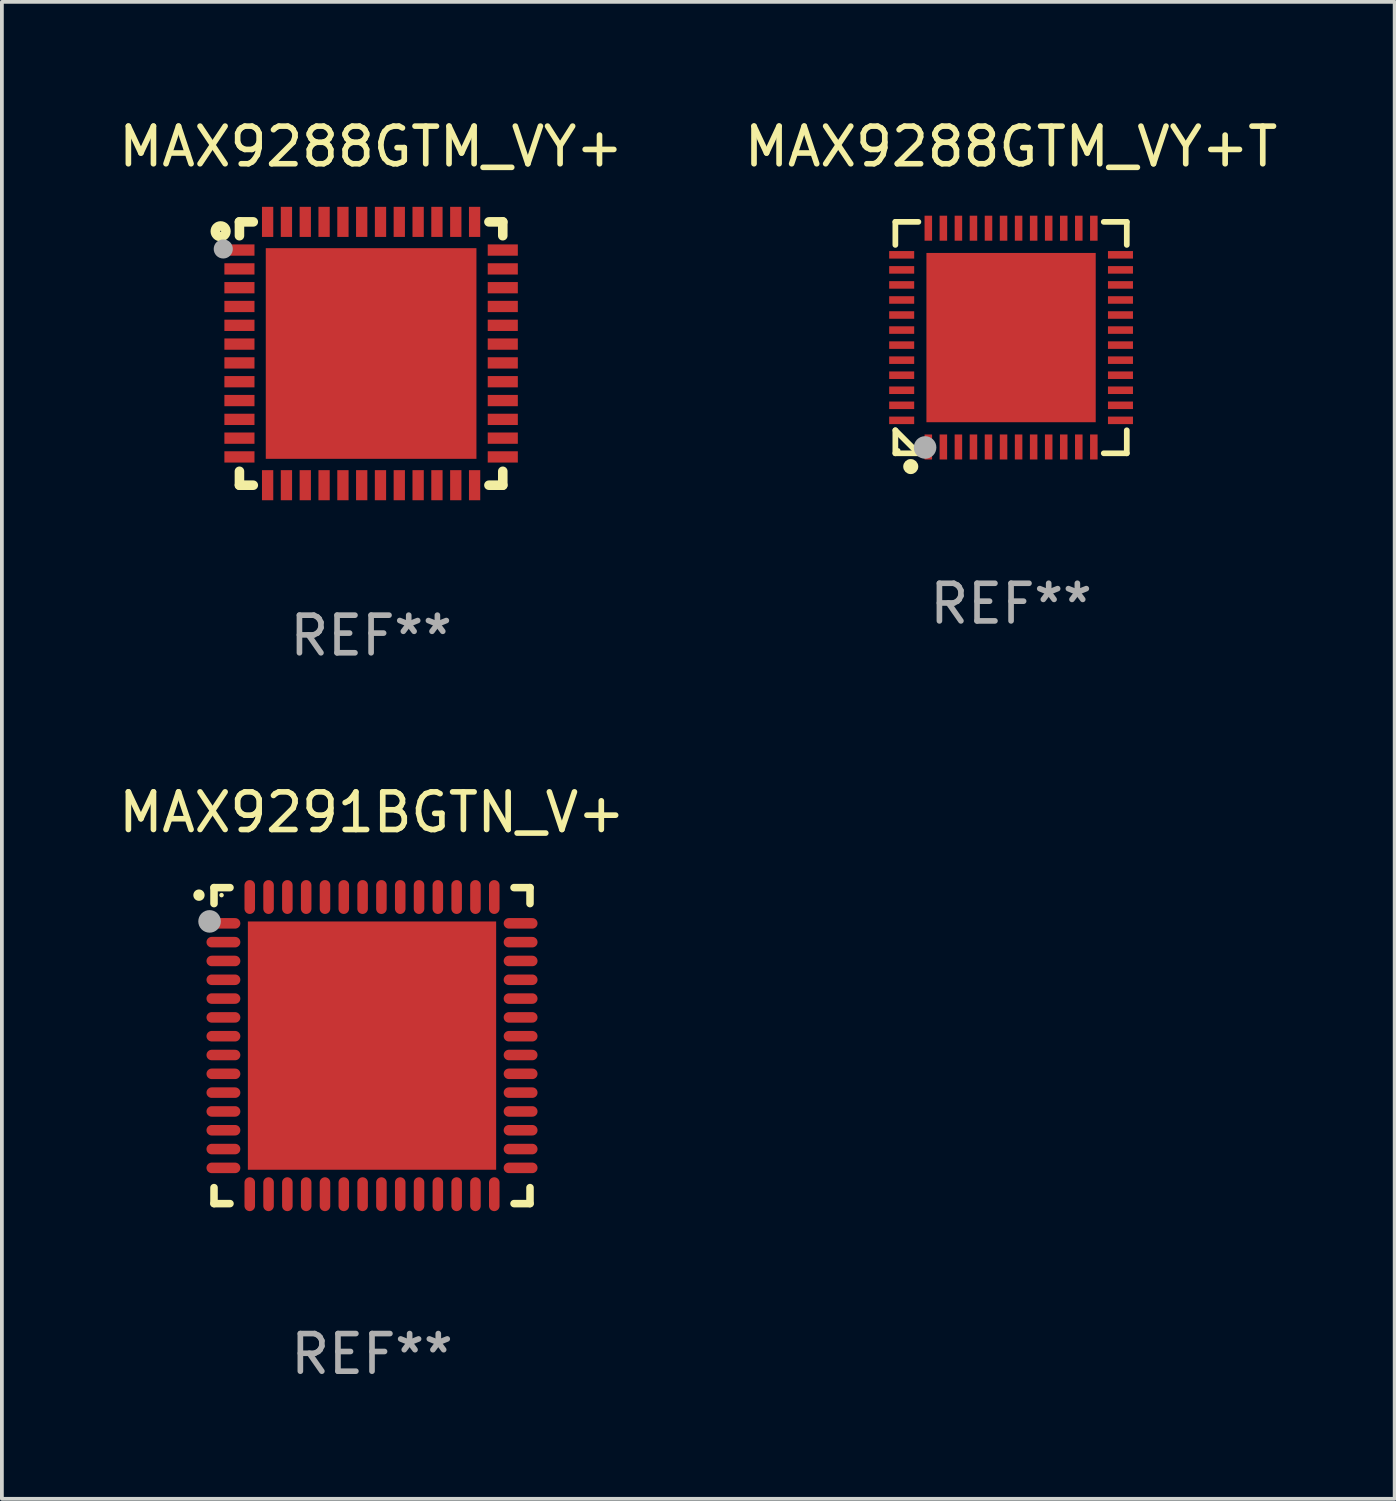
<source format=kicad_pcb>
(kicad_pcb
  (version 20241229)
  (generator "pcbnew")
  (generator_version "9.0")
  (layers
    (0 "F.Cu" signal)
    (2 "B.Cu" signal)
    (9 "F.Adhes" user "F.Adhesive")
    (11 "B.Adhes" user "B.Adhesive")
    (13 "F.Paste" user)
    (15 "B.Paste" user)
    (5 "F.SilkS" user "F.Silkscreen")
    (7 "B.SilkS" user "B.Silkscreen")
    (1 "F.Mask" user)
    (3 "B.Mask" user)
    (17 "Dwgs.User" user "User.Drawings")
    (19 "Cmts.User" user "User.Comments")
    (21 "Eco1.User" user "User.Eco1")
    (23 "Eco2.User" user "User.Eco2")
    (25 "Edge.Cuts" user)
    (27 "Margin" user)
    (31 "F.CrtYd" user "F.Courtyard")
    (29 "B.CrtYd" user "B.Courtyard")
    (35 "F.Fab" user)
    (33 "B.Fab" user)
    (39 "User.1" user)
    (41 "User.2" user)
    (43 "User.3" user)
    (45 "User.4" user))
  (footprint "MAX9291BGTN_V+"
    (layer "F.Cu")
    (at 6.839 24.745)
    (property "Reference" "MAX9291BGTN_V+" (at 0 -6.2 0) (layer "F.SilkS") (effects (font (size 1 1) (thickness 0.15))))
    (attr through_hole)
    (fp_line (start -4.2 -4.2) (end -3.775 -4.2) (stroke (width 0.2) (type solid)) (layer "F.SilkS"))
    (fp_line (start -4.2 -3.775) (end -4.2 -4.2) (stroke (width 0.2) (type solid)) (layer "F.SilkS"))
    (fp_line (start -4.2 3.775) (end -4.2 4.2) (stroke (width 0.2) (type solid)) (layer "F.SilkS"))
    (fp_line (start -4.2 4.2) (end -3.775 4.2) (stroke (width 0.2) (type solid)) (layer "F.SilkS"))
    (fp_line (start 3.775 4.2) (end 4.2 4.2) (stroke (width 0.2) (type solid)) (layer "F.SilkS"))
    (fp_line (start 4.2 -4.2) (end 3.775 -4.2) (stroke (width 0.2) (type solid)) (layer "F.SilkS"))
    (fp_line (start 4.2 -3.775) (end 4.2 -4.2) (stroke (width 0.2) (type solid)) (layer "F.SilkS"))
    (fp_line (start 4.2 4.2) (end 4.2 3.775) (stroke (width 0.2) (type solid)) (layer "F.SilkS"))
    (fp_arc (start -4.599949 -3.997968) (mid -4.599954 -3.999238) (end -4.599949 -4.000508) (stroke (width 0.3) (type solid)) (layer "F.SilkS"))
    (fp_circle (center -4 -4) (end -3.97 -4) (stroke (width 0.06) (type solid)) (fill no) (layer "F.SilkS"))
    (fp_circle (center -4.318 -3.302) (end -4.168 -3.302) (stroke (width 0.3) (type solid)) (fill no) (layer "F.Fab"))
    (fp_text user "REF**" (at 0 8.2 0) (layer "F.Fab") (effects (font (size 1 1) (thickness 0.15))))
    (pad "1" smd oval (at -3.95 -3.25 90) (size 0.28 0.9) (layers "F.Cu" "F.Mask" "F.Paste"))
    (pad "2" smd oval (at -3.95 -2.75 90) (size 0.28 0.9) (layers "F.Cu" "F.Mask" "F.Paste"))
    (pad "3" smd oval (at -3.95 -2.25 90) (size 0.28 0.9) (layers "F.Cu" "F.Mask" "F.Paste"))
    (pad "4" smd oval (at -3.95 -1.75 90) (size 0.28 0.9) (layers "F.Cu" "F.Mask" "F.Paste"))
    (pad "5" smd oval (at -3.95 -1.25 90) (size 0.28 0.9) (layers "F.Cu" "F.Mask" "F.Paste"))
    (pad "6" smd oval (at -3.95 -0.75 90) (size 0.28 0.9) (layers "F.Cu" "F.Mask" "F.Paste"))
    (pad "7" smd oval (at -3.95 -0.25 90) (size 0.28 0.9) (layers "F.Cu" "F.Mask" "F.Paste"))
    (pad "8" smd oval (at -3.95 0.25 90) (size 0.28 0.9) (layers "F.Cu" "F.Mask" "F.Paste"))
    (pad "9" smd oval (at -3.95 0.75 90) (size 0.28 0.9) (layers "F.Cu" "F.Mask" "F.Paste"))
    (pad "10" smd oval (at -3.95 1.25 90) (size 0.28 0.9) (layers "F.Cu" "F.Mask" "F.Paste"))
    (pad "11" smd oval (at -3.95 1.75 90) (size 0.28 0.9) (layers "F.Cu" "F.Mask" "F.Paste"))
    (pad "12" smd oval (at -3.95 2.25 90) (size 0.28 0.9) (layers "F.Cu" "F.Mask" "F.Paste"))
    (pad "13" smd oval (at -3.95 2.75 90) (size 0.28 0.9) (layers "F.Cu" "F.Mask" "F.Paste"))
    (pad "14" smd oval (at -3.95 3.25 90) (size 0.28 0.9) (layers "F.Cu" "F.Mask" "F.Paste"))
    (pad "15" smd oval (at -3.25 3.95) (size 0.28 0.9) (layers "F.Cu" "F.Mask" "F.Paste"))
    (pad "16" smd oval (at -2.75 3.95) (size 0.28 0.9) (layers "F.Cu" "F.Mask" "F.Paste"))
    (pad "17" smd oval (at -2.25 3.95) (size 0.28 0.9) (layers "F.Cu" "F.Mask" "F.Paste"))
    (pad "18" smd oval (at -1.75 3.95) (size 0.28 0.9) (layers "F.Cu" "F.Mask" "F.Paste"))
    (pad "19" smd oval (at -1.25 3.95) (size 0.28 0.9) (layers "F.Cu" "F.Mask" "F.Paste"))
    (pad "20" smd oval (at -0.75 3.95) (size 0.28 0.9) (layers "F.Cu" "F.Mask" "F.Paste"))
    (pad "21" smd oval (at -0.25 3.95) (size 0.28 0.9) (layers "F.Cu" "F.Mask" "F.Paste"))
    (pad "22" smd oval (at 0.25 3.95) (size 0.28 0.9) (layers "F.Cu" "F.Mask" "F.Paste"))
    (pad "23" smd oval (at 0.75 3.95) (size 0.28 0.9) (layers "F.Cu" "F.Mask" "F.Paste"))
    (pad "24" smd oval (at 1.25 3.95) (size 0.28 0.9) (layers "F.Cu" "F.Mask" "F.Paste"))
    (pad "25" smd oval (at 1.75 3.95) (size 0.28 0.9) (layers "F.Cu" "F.Mask" "F.Paste"))
    (pad "26" smd oval (at 2.25 3.95) (size 0.28 0.9) (layers "F.Cu" "F.Mask" "F.Paste"))
    (pad "27" smd oval (at 2.75 3.95) (size 0.28 0.9) (layers "F.Cu" "F.Mask" "F.Paste"))
    (pad "28" smd oval (at 3.25 3.95) (size 0.28 0.9) (layers "F.Cu" "F.Mask" "F.Paste"))
    (pad "29" smd oval (at 3.95 3.25 90) (size 0.28 0.9) (layers "F.Cu" "F.Mask" "F.Paste"))
    (pad "30" smd oval (at 3.95 2.75 90) (size 0.28 0.9) (layers "F.Cu" "F.Mask" "F.Paste"))
    (pad "31" smd oval (at 3.95 2.25 90) (size 0.28 0.9) (layers "F.Cu" "F.Mask" "F.Paste"))
    (pad "32" smd oval (at 3.95 1.75 90) (size 0.28 0.9) (layers "F.Cu" "F.Mask" "F.Paste"))
    (pad "33" smd oval (at 3.95 1.25 90) (size 0.28 0.9) (layers "F.Cu" "F.Mask" "F.Paste"))
    (pad "34" smd oval (at 3.95 0.75 90) (size 0.28 0.9) (layers "F.Cu" "F.Mask" "F.Paste"))
    (pad "35" smd oval (at 3.95 0.25 90) (size 0.28 0.9) (layers "F.Cu" "F.Mask" "F.Paste"))
    (pad "36" smd oval (at 3.95 -0.25 90) (size 0.28 0.9) (layers "F.Cu" "F.Mask" "F.Paste"))
    (pad "37" smd oval (at 3.95 -0.75 90) (size 0.28 0.9) (layers "F.Cu" "F.Mask" "F.Paste"))
    (pad "38" smd oval (at 3.95 -1.25 90) (size 0.28 0.9) (layers "F.Cu" "F.Mask" "F.Paste"))
    (pad "39" smd oval (at 3.95 -1.75 90) (size 0.28 0.9) (layers "F.Cu" "F.Mask" "F.Paste"))
    (pad "40" smd oval (at 3.95 -2.25 90) (size 0.28 0.9) (layers "F.Cu" "F.Mask" "F.Paste"))
    (pad "41" smd oval (at 3.95 -2.75 90) (size 0.28 0.9) (layers "F.Cu" "F.Mask" "F.Paste"))
    (pad "42" smd oval (at 3.95 -3.25 90) (size 0.28 0.9) (layers "F.Cu" "F.Mask" "F.Paste"))
    (pad "43" smd oval (at 3.25 -3.95) (size 0.28 0.9) (layers "F.Cu" "F.Mask" "F.Paste"))
    (pad "44" smd oval (at 2.75 -3.95) (size 0.28 0.9) (layers "F.Cu" "F.Mask" "F.Paste"))
    (pad "45" smd oval (at 2.25 -3.95) (size 0.28 0.9) (layers "F.Cu" "F.Mask" "F.Paste"))
    (pad "46" smd oval (at 1.75 -3.95) (size 0.28 0.9) (layers "F.Cu" "F.Mask" "F.Paste"))
    (pad "47" smd oval (at 1.25 -3.95) (size 0.28 0.9) (layers "F.Cu" "F.Mask" "F.Paste"))
    (pad "48" smd oval (at 0.75 -3.95) (size 0.28 0.9) (layers "F.Cu" "F.Mask" "F.Paste"))
    (pad "49" smd oval (at 0.25 -3.95) (size 0.28 0.9) (layers "F.Cu" "F.Mask" "F.Paste"))
    (pad "50" smd oval (at -0.25 -3.95) (size 0.28 0.9) (layers "F.Cu" "F.Mask" "F.Paste"))
    (pad "51" smd oval (at -0.75 -3.95) (size 0.28 0.9) (layers "F.Cu" "F.Mask" "F.Paste"))
    (pad "52" smd oval (at -1.25 -3.95) (size 0.28 0.9) (layers "F.Cu" "F.Mask" "F.Paste"))
    (pad "53" smd oval (at -1.75 -3.95) (size 0.28 0.9) (layers "F.Cu" "F.Mask" "F.Paste"))
    (pad "54" smd oval (at -2.25 -3.95) (size 0.28 0.9) (layers "F.Cu" "F.Mask" "F.Paste"))
    (pad "55" smd oval (at -2.75 -3.95) (size 0.28 0.9) (layers "F.Cu" "F.Mask" "F.Paste"))
    (pad "56" smd oval (at -3.25 -3.95) (size 0.28 0.9) (layers "F.Cu" "F.Mask" "F.Paste"))
    (pad "57" smd rect (at 0 0.000051) (size 6.6 6.6) (layers "F.Cu" "F.Mask" "F.Paste")))
  (footprint "MAX9288GTM_VY+T"
    (layer "F.Cu")
    (at 23.827 5.924)
    (property "Reference" "MAX9288GTM_VY+T" (at 0 -5.076 0) (layer "F.SilkS") (effects (font (size 1 1) (thickness 0.15))))
    (attr through_hole)
    (fp_line (start -3.076 -3.076) (end -3.076 -2.464) (stroke (width 0.152) (type solid)) (layer "F.SilkS"))
    (fp_line (start -3.076 3.076) (end -3.076 2.464) (stroke (width 0.152) (type solid)) (layer "F.SilkS"))
    (fp_line (start -2.464 -3.076) (end -3.076 -3.076) (stroke (width 0.152) (type solid)) (layer "F.SilkS"))
    (fp_line (start -2.464 3.076) (end -3.076 2.464) (stroke (width 0.152) (type solid)) (layer "F.SilkS"))
    (fp_line (start -2.464 3.076) (end -3.076 3.076) (stroke (width 0.152) (type solid)) (layer "F.SilkS"))
    (fp_line (start 2.464 -3.076) (end 3.076 -3.076) (stroke (width 0.152) (type solid)) (layer "F.SilkS"))
    (fp_line (start 2.464 3.076) (end 3.076 3.076) (stroke (width 0.152) (type solid)) (layer "F.SilkS"))
    (fp_line (start 3.076 -3.076) (end 3.076 -2.464) (stroke (width 0.152) (type solid)) (layer "F.SilkS"))
    (fp_line (start 3.076 3.076) (end 3.076 2.464) (stroke (width 0.152) (type solid)) (layer "F.SilkS"))
    (fp_circle (center -3 3) (end -2.97 3) (stroke (width 0.06) (type solid)) (fill no) (layer "F.SilkS"))
    (fp_circle (center -2.667 3.429) (end -2.567 3.429) (stroke (width 0.2) (type solid)) (fill no) (layer "F.SilkS"))
    (fp_circle (center -2.286 2.921) (end -2.136 2.921) (stroke (width 0.3) (type solid)) (fill no) (layer "F.Fab"))
    (fp_text user "REF**" (at 0 7.076 0) (layer "F.Fab") (effects (font (size 1 1) (thickness 0.15))))
    (pad "1" smd rect (at -2.2 2.908) (size 0.2 0.665) (layers "F.Cu" "F.Mask" "F.Paste"))
    (pad "2" smd rect (at -1.8 2.908) (size 0.2 0.665) (layers "F.Cu" "F.Mask" "F.Paste"))
    (pad "3" smd rect (at -1.4 2.908) (size 0.2 0.665) (layers "F.Cu" "F.Mask" "F.Paste"))
    (pad "4" smd rect (at -1 2.908) (size 0.2 0.665) (layers "F.Cu" "F.Mask" "F.Paste"))
    (pad "5" smd rect (at -0.6 2.908) (size 0.2 0.665) (layers "F.Cu" "F.Mask" "F.Paste"))
    (pad "6" smd rect (at -0.2 2.908) (size 0.2 0.665) (layers "F.Cu" "F.Mask" "F.Paste"))
    (pad "7" smd rect (at 0.2 2.908) (size 0.2 0.665) (layers "F.Cu" "F.Mask" "F.Paste"))
    (pad "8" smd rect (at 0.6 2.908) (size 0.2 0.665) (layers "F.Cu" "F.Mask" "F.Paste"))
    (pad "9" smd rect (at 1 2.908) (size 0.2 0.665) (layers "F.Cu" "F.Mask" "F.Paste"))
    (pad "10" smd rect (at 1.4 2.908) (size 0.2 0.665) (layers "F.Cu" "F.Mask" "F.Paste"))
    (pad "11" smd rect (at 1.8 2.908) (size 0.2 0.665) (layers "F.Cu" "F.Mask" "F.Paste"))
    (pad "12" smd rect (at 2.2 2.908) (size 0.2 0.665) (layers "F.Cu" "F.Mask" "F.Paste"))
    (pad "13" smd rect (at 2.908 2.2) (size 0.665 0.2) (layers "F.Cu" "F.Mask" "F.Paste"))
    (pad "14" smd rect (at 2.908 1.8) (size 0.665 0.2) (layers "F.Cu" "F.Mask" "F.Paste"))
    (pad "15" smd rect (at 2.908 1.4) (size 0.665 0.2) (layers "F.Cu" "F.Mask" "F.Paste"))
    (pad "16" smd rect (at 2.908 1) (size 0.665 0.2) (layers "F.Cu" "F.Mask" "F.Paste"))
    (pad "17" smd rect (at 2.908 0.6) (size 0.665 0.2) (layers "F.Cu" "F.Mask" "F.Paste"))
    (pad "18" smd rect (at 2.908 0.2) (size 0.665 0.2) (layers "F.Cu" "F.Mask" "F.Paste"))
    (pad "19" smd rect (at 2.908 -0.2) (size 0.665 0.2) (layers "F.Cu" "F.Mask" "F.Paste"))
    (pad "20" smd rect (at 2.908 -0.6) (size 0.665 0.2) (layers "F.Cu" "F.Mask" "F.Paste"))
    (pad "21" smd rect (at 2.908 -1) (size 0.665 0.2) (layers "F.Cu" "F.Mask" "F.Paste"))
    (pad "22" smd rect (at 2.908 -1.4) (size 0.665 0.2) (layers "F.Cu" "F.Mask" "F.Paste"))
    (pad "23" smd rect (at 2.908 -1.8) (size 0.665 0.2) (layers "F.Cu" "F.Mask" "F.Paste"))
    (pad "24" smd rect (at 2.908 -2.2) (size 0.665 0.2) (layers "F.Cu" "F.Mask" "F.Paste"))
    (pad "25" smd rect (at 2.2 -2.908) (size 0.2 0.665) (layers "F.Cu" "F.Mask" "F.Paste"))
    (pad "26" smd rect (at 1.8 -2.908) (size 0.2 0.665) (layers "F.Cu" "F.Mask" "F.Paste"))
    (pad "27" smd rect (at 1.4 -2.908) (size 0.2 0.665) (layers "F.Cu" "F.Mask" "F.Paste"))
    (pad "28" smd rect (at 1 -2.908) (size 0.2 0.665) (layers "F.Cu" "F.Mask" "F.Paste"))
    (pad "29" smd rect (at 0.6 -2.908) (size 0.2 0.665) (layers "F.Cu" "F.Mask" "F.Paste"))
    (pad "30" smd rect (at 0.2 -2.908) (size 0.2 0.665) (layers "F.Cu" "F.Mask" "F.Paste"))
    (pad "31" smd rect (at -0.2 -2.908) (size 0.2 0.665) (layers "F.Cu" "F.Mask" "F.Paste"))
    (pad "32" smd rect (at -0.6 -2.908) (size 0.2 0.665) (layers "F.Cu" "F.Mask" "F.Paste"))
    (pad "33" smd rect (at -1 -2.908) (size 0.2 0.665) (layers "F.Cu" "F.Mask" "F.Paste"))
    (pad "34" smd rect (at -1.4 -2.908) (size 0.2 0.665) (layers "F.Cu" "F.Mask" "F.Paste"))
    (pad "35" smd rect (at -1.8 -2.908) (size 0.2 0.665) (layers "F.Cu" "F.Mask" "F.Paste"))
    (pad "36" smd rect (at -2.2 -2.908) (size 0.2 0.665) (layers "F.Cu" "F.Mask" "F.Paste"))
    (pad "37" smd rect (at -2.908 -2.2) (size 0.665 0.2) (layers "F.Cu" "F.Mask" "F.Paste"))
    (pad "38" smd rect (at -2.908 -1.8) (size 0.665 0.2) (layers "F.Cu" "F.Mask" "F.Paste"))
    (pad "39" smd rect (at -2.908 -1.4) (size 0.665 0.2) (layers "F.Cu" "F.Mask" "F.Paste"))
    (pad "40" smd rect (at -2.908 -1) (size 0.665 0.2) (layers "F.Cu" "F.Mask" "F.Paste"))
    (pad "41" smd rect (at -2.908 -0.6) (size 0.665 0.2) (layers "F.Cu" "F.Mask" "F.Paste"))
    (pad "42" smd rect (at -2.908 -0.2) (size 0.665 0.2) (layers "F.Cu" "F.Mask" "F.Paste"))
    (pad "43" smd rect (at -2.908 0.2) (size 0.665 0.2) (layers "F.Cu" "F.Mask" "F.Paste"))
    (pad "44" smd rect (at -2.908 0.6) (size 0.665 0.2) (layers "F.Cu" "F.Mask" "F.Paste"))
    (pad "45" smd rect (at -2.908 1) (size 0.665 0.2) (layers "F.Cu" "F.Mask" "F.Paste"))
    (pad "46" smd rect (at -2.908 1.4) (size 0.665 0.2) (layers "F.Cu" "F.Mask" "F.Paste"))
    (pad "47" smd rect (at -2.908 1.8) (size 0.665 0.2) (layers "F.Cu" "F.Mask" "F.Paste"))
    (pad "48" smd rect (at -2.908 2.2) (size 0.665 0.2) (layers "F.Cu" "F.Mask" "F.Paste"))
    (pad "49" smd rect (at 0 0) (size 4.5 4.5) (layers "F.Cu" "F.Mask" "F.Paste")))
  (footprint "MAX9288GTM_VY+"
    (layer "F.Cu")
    (at 6.815 6.348)
    (property "Reference" "MAX9288GTM_VY+" (at 0 -5.5 0) (layer "F.SilkS") (effects (font (size 1 1) (thickness 0.15))))
    (attr through_hole)
    (fp_line (start -3.5 -3.5) (end -3.132 -3.5) (stroke (width 0.254) (type solid)) (layer "F.SilkS"))
    (fp_line (start -3.5 -3.132) (end -3.5 -3.5) (stroke (width 0.254) (type solid)) (layer "F.SilkS"))
    (fp_line (start -3.5 3.5) (end -3.5 3.13) (stroke (width 0.254) (type solid)) (layer "F.SilkS"))
    (fp_line (start -3.132 3.5) (end -3.5 3.5) (stroke (width 0.254) (type solid)) (layer "F.SilkS"))
    (fp_line (start 3.132 -3.5) (end 3.5 -3.5) (stroke (width 0.254) (type solid)) (layer "F.SilkS"))
    (fp_line (start 3.5 -3.5) (end 3.5 -3.132) (stroke (width 0.254) (type solid)) (layer "F.SilkS"))
    (fp_line (start 3.5 3.13) (end 3.5 3.5) (stroke (width 0.254) (type solid)) (layer "F.SilkS"))
    (fp_line (start 3.5 3.5) (end 3.132 3.5) (stroke (width 0.254) (type solid)) (layer "F.SilkS"))
    (fp_circle (center -4 -3.25) (end -3.859 -3.25) (stroke (width 0.254) (type solid)) (fill no) (layer "F.SilkS"))
    (fp_circle (center -3.5 -3.501) (end -3.47 -3.501) (stroke (width 0.06) (type solid)) (fill no) (layer "F.SilkS"))
    (fp_circle (center -3.93 -2.78) (end -3.803 -2.78) (stroke (width 0.254) (type solid)) (fill no) (layer "F.Fab"))
    (fp_text user "REF**" (at 0 7.5 0) (layer "F.Fab") (effects (font (size 1 1) (thickness 0.15))))
    (pad "1" smd rect (at -3.5 -2.751 270) (size 0.3 0.8) (layers "F.Cu" "F.Mask" "F.Paste"))
    (pad "2" smd rect (at -3.5 -2.25 270) (size 0.3 0.8) (layers "F.Cu" "F.Mask" "F.Paste"))
    (pad "3" smd rect (at -3.5 -1.75 270) (size 0.3 0.8) (layers "F.Cu" "F.Mask" "F.Paste"))
    (pad "4" smd rect (at -3.5 -1.251 270) (size 0.3 0.8) (layers "F.Cu" "F.Mask" "F.Paste"))
    (pad "5" smd rect (at -3.5 -0.75 270) (size 0.3 0.8) (layers "F.Cu" "F.Mask" "F.Paste"))
    (pad "6" smd rect (at -3.5 -0.251 270) (size 0.3 0.8) (layers "F.Cu" "F.Mask" "F.Paste"))
    (pad "7" smd rect (at -3.5 0.249 270) (size 0.3 0.8) (layers "F.Cu" "F.Mask" "F.Paste"))
    (pad "8" smd rect (at -3.5 0.749 270) (size 0.3 0.8) (layers "F.Cu" "F.Mask" "F.Paste"))
    (pad "9" smd rect (at -3.5 1.25 270) (size 0.3 0.8) (layers "F.Cu" "F.Mask" "F.Paste"))
    (pad "10" smd rect (at -3.5 1.75 270) (size 0.3 0.8) (layers "F.Cu" "F.Mask" "F.Paste"))
    (pad "11" smd rect (at -3.5 2.249 270) (size 0.3 0.8) (layers "F.Cu" "F.Mask" "F.Paste"))
    (pad "12" smd rect (at -3.5 2.748 270) (size 0.3 0.8) (layers "F.Cu" "F.Mask" "F.Paste"))
    (pad "13" smd rect (at -2.751 3.5 180) (size 0.3 0.8) (layers "F.Cu" "F.Mask" "F.Paste"))
    (pad "14" smd rect (at -2.251 3.5 180) (size 0.3 0.8) (layers "F.Cu" "F.Mask" "F.Paste"))
    (pad "15" smd rect (at -1.75 3.5 180) (size 0.3 0.8) (layers "F.Cu" "F.Mask" "F.Paste"))
    (pad "16" smd rect (at -1.25 3.5 180) (size 0.3 0.8) (layers "F.Cu" "F.Mask" "F.Paste"))
    (pad "17" smd rect (at -0.749 3.5 180) (size 0.3 0.8) (layers "F.Cu" "F.Mask" "F.Paste"))
    (pad "18" smd rect (at -0.25 3.5 180) (size 0.3 0.8) (layers "F.Cu" "F.Mask" "F.Paste"))
    (pad "19" smd rect (at 0.249 3.5 180) (size 0.3 0.8) (layers "F.Cu" "F.Mask" "F.Paste"))
    (pad "20" smd rect (at 0.749 3.5 180) (size 0.3 0.8) (layers "F.Cu" "F.Mask" "F.Paste"))
    (pad "21" smd rect (at 1.25 3.5 180) (size 0.3 0.8) (layers "F.Cu" "F.Mask" "F.Paste"))
    (pad "22" smd rect (at 1.75 3.5 180) (size 0.3 0.8) (layers "F.Cu" "F.Mask" "F.Paste"))
    (pad "23" smd rect (at 2.251 3.5 180) (size 0.3 0.8) (layers "F.Cu" "F.Mask" "F.Paste"))
    (pad "24" smd rect (at 2.751 3.5 180) (size 0.3 0.8) (layers "F.Cu" "F.Mask" "F.Paste"))
    (pad "25" smd rect (at 3.5 2.748 270) (size 0.3 0.8) (layers "F.Cu" "F.Mask" "F.Paste"))
    (pad "26" smd rect (at 3.5 2.249 270) (size 0.3 0.8) (layers "F.Cu" "F.Mask" "F.Paste"))
    (pad "27" smd rect (at 3.5 1.75 270) (size 0.3 0.8) (layers "F.Cu" "F.Mask" "F.Paste"))
    (pad "28" smd rect (at 3.5 1.25 270) (size 0.3 0.8) (layers "F.Cu" "F.Mask" "F.Paste"))
    (pad "29" smd rect (at 3.5 0.749 270) (size 0.3 0.8) (layers "F.Cu" "F.Mask" "F.Paste"))
    (pad "30" smd rect (at 3.5 0.249 270) (size 0.3 0.8) (layers "F.Cu" "F.Mask" "F.Paste"))
    (pad "31" smd rect (at 3.5 -0.251 270) (size 0.3 0.8) (layers "F.Cu" "F.Mask" "F.Paste"))
    (pad "32" smd rect (at 3.5 -0.75 270) (size 0.3 0.8) (layers "F.Cu" "F.Mask" "F.Paste"))
    (pad "33" smd rect (at 3.5 -1.251 270) (size 0.3 0.8) (layers "F.Cu" "F.Mask" "F.Paste"))
    (pad "34" smd rect (at 3.5 -1.75 270) (size 0.3 0.8) (layers "F.Cu" "F.Mask" "F.Paste"))
    (pad "35" smd rect (at 3.5 -2.25 270) (size 0.3 0.8) (layers "F.Cu" "F.Mask" "F.Paste"))
    (pad "36" smd rect (at 3.5 -2.751 270) (size 0.3 0.8) (layers "F.Cu" "F.Mask" "F.Paste"))
    (pad "37" smd rect (at 2.751 -3.5 180) (size 0.3 0.8) (layers "F.Cu" "F.Mask" "F.Paste"))
    (pad "38" smd rect (at 2.251 -3.5 180) (size 0.3 0.8) (layers "F.Cu" "F.Mask" "F.Paste"))
    (pad "39" smd rect (at 1.75 -3.5 180) (size 0.3 0.8) (layers "F.Cu" "F.Mask" "F.Paste"))
    (pad "40" smd rect (at 1.25 -3.5 180) (size 0.3 0.8) (layers "F.Cu" "F.Mask" "F.Paste"))
    (pad "41" smd rect (at 0.749 -3.5 180) (size 0.3 0.8) (layers "F.Cu" "F.Mask" "F.Paste"))
    (pad "42" smd rect (at 0.25 -3.5 180) (size 0.3 0.8) (layers "F.Cu" "F.Mask" "F.Paste"))
    (pad "43" smd rect (at -0.25 -3.5 180) (size 0.3 0.8) (layers "F.Cu" "F.Mask" "F.Paste"))
    (pad "44" smd rect (at -0.749 -3.5 180) (size 0.3 0.8) (layers "F.Cu" "F.Mask" "F.Paste"))
    (pad "45" smd rect (at -1.25 -3.5 180) (size 0.3 0.8) (layers "F.Cu" "F.Mask" "F.Paste"))
    (pad "46" smd rect (at -1.75 -3.5 180) (size 0.3 0.8) (layers "F.Cu" "F.Mask" "F.Paste"))
    (pad "47" smd rect (at -2.251 -3.5 180) (size 0.3 0.8) (layers "F.Cu" "F.Mask" "F.Paste"))
    (pad "48" smd rect (at -2.751 -3.5 180) (size 0.3 0.8) (layers "F.Cu" "F.Mask" "F.Paste"))
    (pad "49" smd rect (at 0.000127 -0.001 180) (size 5.6 5.6) (layers "F.Cu" "F.Mask" "F.Paste")))
  (gr_rect
    (start -3 -3)
    (end 34.024 36.793)
    (stroke (width 0.1) (type default))
    (fill no)
    (layer "Edge.Cuts")))
</source>
